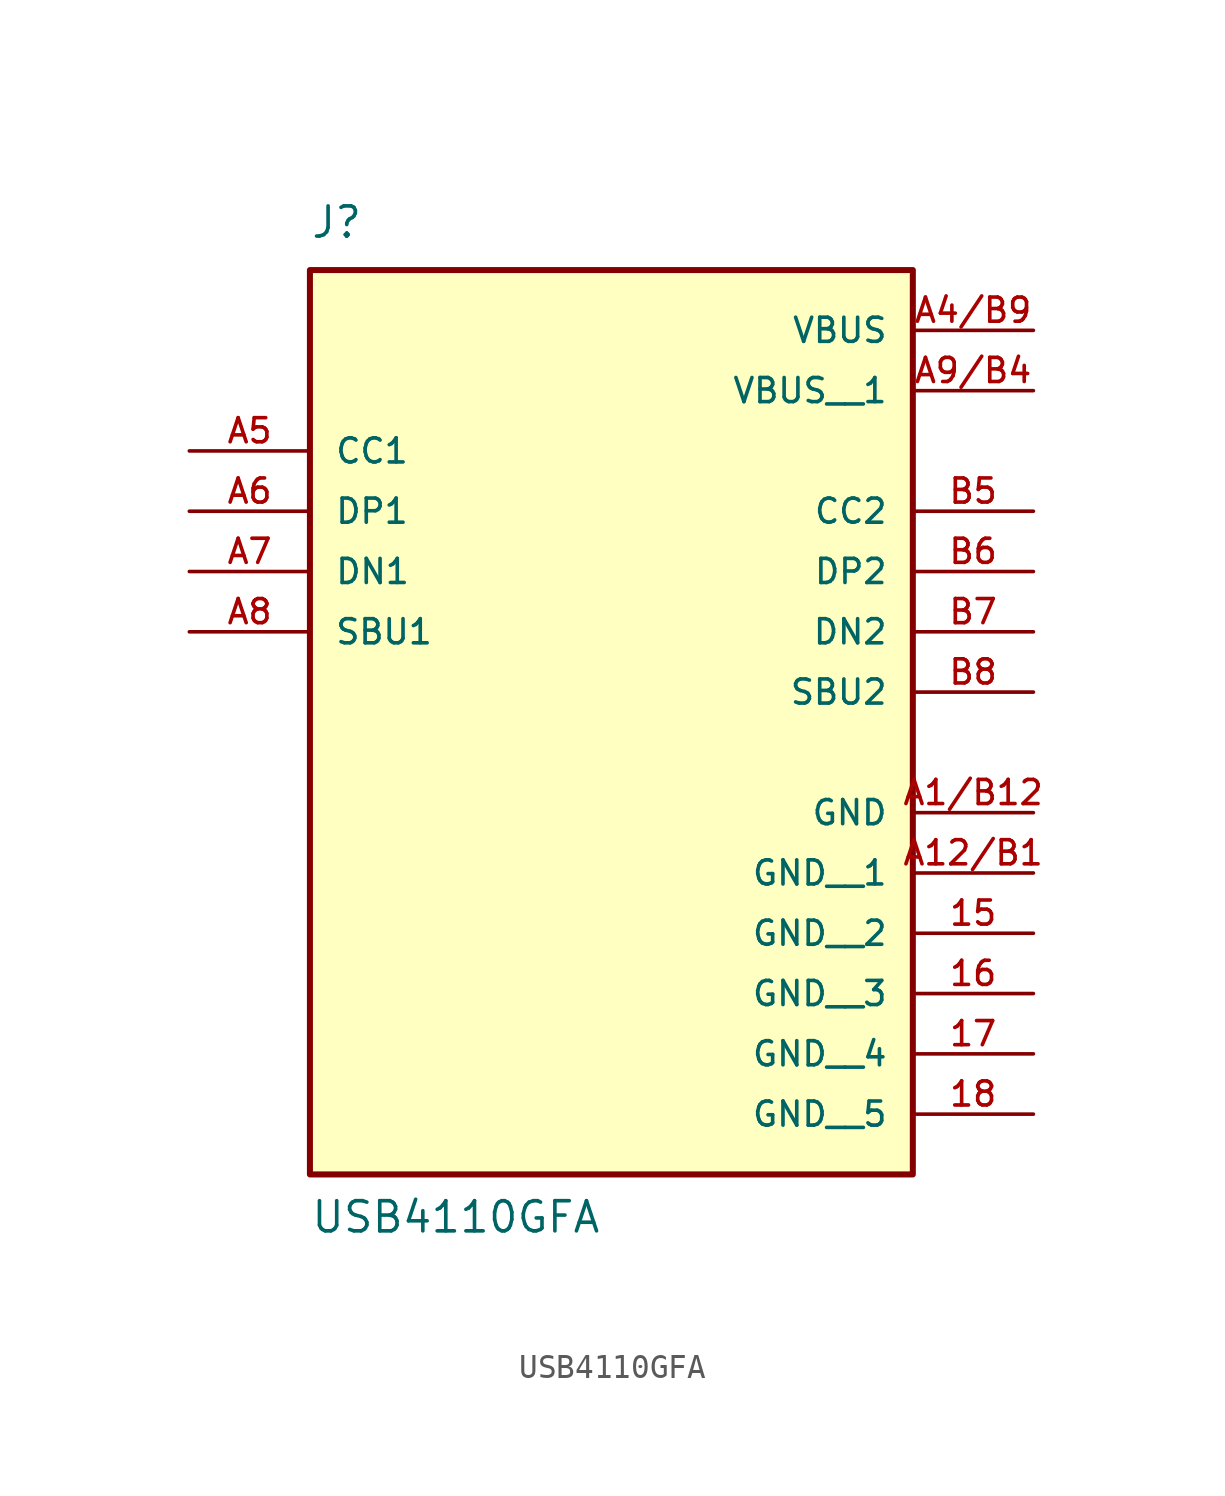
<source format=kicad_sym>
(kicad_symbol_lib
  (version 20231120)
  (generator "kicad_symbol_editor")
  (generator_version "8.0")
  (symbol "USB4110GFA"
    (pin_names
      (offset 1.016))
    (property "Reference" "J"
      (at -12.7 11.43 0)
      (effects (font (size 1.27 1.27)) (justify left bottom)))
    (property "Value" "USB4110GFA"
      (at -12.7 -30.48 0)
      (effects (font (size 1.27 1.27)) (justify left bottom)))
    (symbol "USB4110GFA_0_0"
      (rectangle (start -12.7 -27.94) (end 12.7 10.16) (stroke (width 0.254) (type default)) (fill (type background)))
      (pin power_in line (at 17.78 -17.78 180) (length 5.08) (name "GND__2" (effects (font (size 1.016 1.016)))) (number "15" (effects (font (size 1.016 1.016)))))
      (pin power_in line (at 17.78 -20.32 180) (length 5.08) (name "GND__3" (effects (font (size 1.016 1.016)))) (number "16" (effects (font (size 1.016 1.016)))))
      (pin power_in line (at 17.78 -22.86 180) (length 5.08) (name "GND__4" (effects (font (size 1.016 1.016)))) (number "17" (effects (font (size 1.016 1.016)))))
      (pin power_in line (at 17.78 -25.4 180) (length 5.08) (name "GND__5" (effects (font (size 1.016 1.016)))) (number "18" (effects (font (size 1.016 1.016)))))
      (pin power_in line (at 17.78 -12.7 180) (length 5.08) (name "GND" (effects (font (size 1.016 1.016)))) (number "A1/B12" (effects (font (size 1.016 1.016)))))
      (pin power_in line (at 17.78 -15.24 180) (length 5.08) (name "GND__1" (effects (font (size 1.016 1.016)))) (number "A12/B1" (effects (font (size 1.016 1.016)))))
      (pin power_in line (at 17.78 7.62 180) (length 5.08) (name "VBUS" (effects (font (size 1.016 1.016)))) (number "A4/B9" (effects (font (size 1.016 1.016)))))
      (pin bidirectional line (at -17.78 2.54 0) (length 5.08) (name "CC1" (effects (font (size 1.016 1.016)))) (number "A5" (effects (font (size 1.016 1.016)))))
      (pin bidirectional line (at -17.78 0 0) (length 5.08) (name "DP1" (effects (font (size 1.016 1.016)))) (number "A6" (effects (font (size 1.016 1.016)))))
      (pin bidirectional line (at -17.78 -2.54 0) (length 5.08) (name "DN1" (effects (font (size 1.016 1.016)))) (number "A7" (effects (font (size 1.016 1.016)))))
      (pin bidirectional line (at -17.78 -5.08 0) (length 5.08) (name "SBU1" (effects (font (size 1.016 1.016)))) (number "A8" (effects (font (size 1.016 1.016)))))
      (pin power_in line (at 17.78 5.08 180) (length 5.08) (name "VBUS__1" (effects (font (size 1.016 1.016)))) (number "A9/B4" (effects (font (size 1.016 1.016)))))
      (pin bidirectional line (at 17.78 0 180) (length 5.08) (name "CC2" (effects (font (size 1.016 1.016)))) (number "B5" (effects (font (size 1.016 1.016)))))
      (pin bidirectional line (at 17.78 -2.54 180) (length 5.08) (name "DP2" (effects (font (size 1.016 1.016)))) (number "B6" (effects (font (size 1.016 1.016)))))
      (pin bidirectional line (at 17.78 -5.08 180) (length 5.08) (name "DN2" (effects (font (size 1.016 1.016)))) (number "B7" (effects (font (size 1.016 1.016)))))
      (pin bidirectional line (at 17.78 -7.62 180) (length 5.08) (name "SBU2" (effects (font (size 1.016 1.016)))) (number "B8" (effects (font (size 1.016 1.016))))))))
</source>
